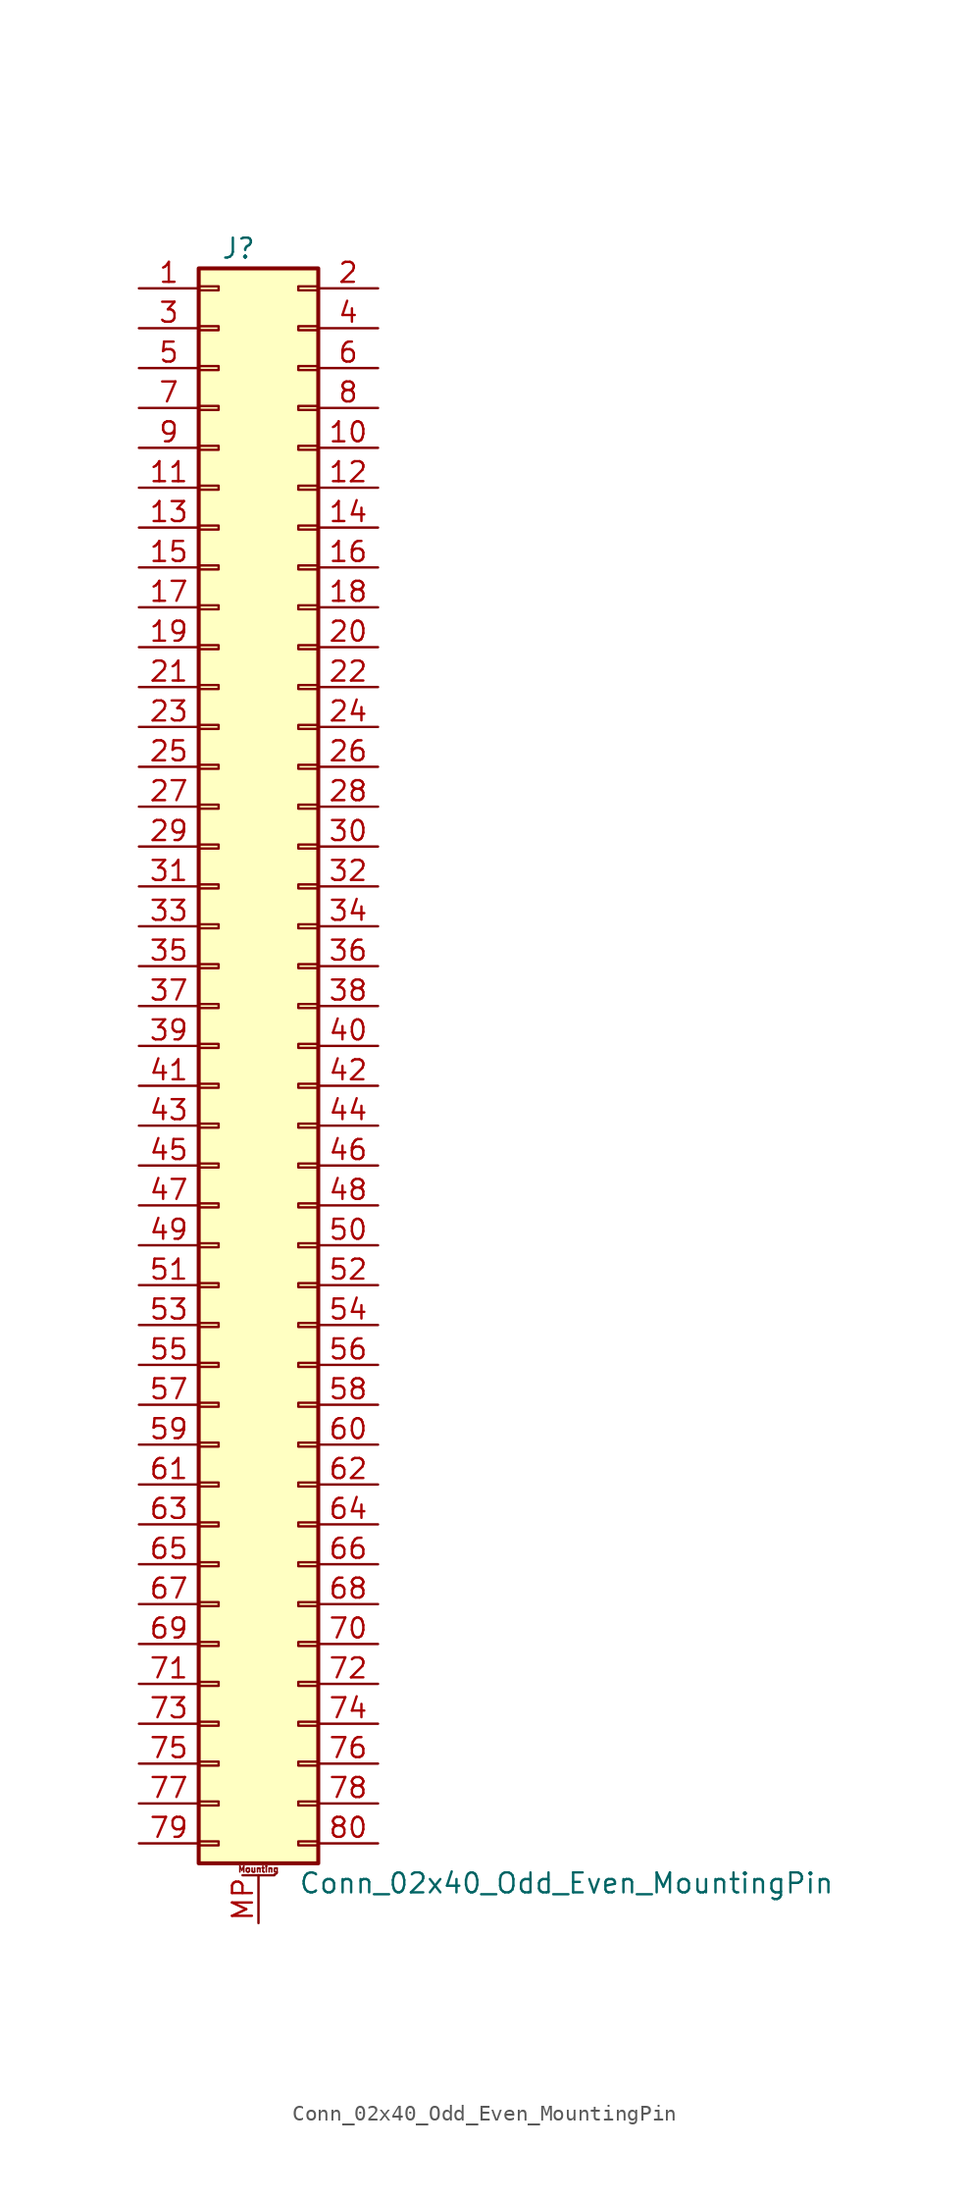
<source format=kicad_sym>
(kicad_symbol_lib
  (version 20220914)
  (generator kicad_symbol_editor)
  (symbol "Conn_02x40_Odd_Even_MountingPin"
    (pin_names
      (offset 1.016) hide)
    (property "Reference" "J"
      (at -1.27 50.8 0)
      (effects (font (size 1.27 1.27))))
    (property "Value" "Conn_02x40_Odd_Even_MountingPin"
      (at 2.54 -53.34 0)
      (effects (font (size 1.27 1.27)) (justify left)))
    (symbol "Conn_02x40_Odd_Even_MountingPin_1_1"
      (rectangle (start -3.81 -50.673) (end -2.54 -50.927) (stroke (width 0.152) (type default)) (fill (type none)))
      (rectangle (start -3.81 -48.133) (end -2.54 -48.387) (stroke (width 0.152) (type default)) (fill (type none)))
      (rectangle (start -3.81 -45.593) (end -2.54 -45.847) (stroke (width 0.152) (type default)) (fill (type none)))
      (rectangle (start -3.81 -43.053) (end -2.54 -43.307) (stroke (width 0.152) (type default)) (fill (type none)))
      (rectangle (start -3.81 -40.513) (end -2.54 -40.767) (stroke (width 0.152) (type default)) (fill (type none)))
      (rectangle (start -3.81 -37.973) (end -2.54 -38.227) (stroke (width 0.152) (type default)) (fill (type none)))
      (rectangle (start -3.81 -35.433) (end -2.54 -35.687) (stroke (width 0.152) (type default)) (fill (type none)))
      (rectangle (start -3.81 -32.893) (end -2.54 -33.147) (stroke (width 0.152) (type default)) (fill (type none)))
      (rectangle (start -3.81 -30.353) (end -2.54 -30.607) (stroke (width 0.152) (type default)) (fill (type none)))
      (rectangle (start -3.81 -27.813) (end -2.54 -28.067) (stroke (width 0.152) (type default)) (fill (type none)))
      (rectangle (start -3.81 -25.273) (end -2.54 -25.527) (stroke (width 0.152) (type default)) (fill (type none)))
      (rectangle (start -3.81 -22.733) (end -2.54 -22.987) (stroke (width 0.152) (type default)) (fill (type none)))
      (rectangle (start -3.81 -20.193) (end -2.54 -20.447) (stroke (width 0.152) (type default)) (fill (type none)))
      (rectangle (start -3.81 -17.653) (end -2.54 -17.907) (stroke (width 0.152) (type default)) (fill (type none)))
      (rectangle (start -3.81 -15.113) (end -2.54 -15.367) (stroke (width 0.152) (type default)) (fill (type none)))
      (rectangle (start -3.81 -12.573) (end -2.54 -12.827) (stroke (width 0.152) (type default)) (fill (type none)))
      (rectangle (start -3.81 -10.033) (end -2.54 -10.287) (stroke (width 0.152) (type default)) (fill (type none)))
      (rectangle (start -3.81 -7.493) (end -2.54 -7.747) (stroke (width 0.152) (type default)) (fill (type none)))
      (rectangle (start -3.81 -4.953) (end -2.54 -5.207) (stroke (width 0.152) (type default)) (fill (type none)))
      (rectangle (start -3.81 -2.413) (end -2.54 -2.667) (stroke (width 0.152) (type default)) (fill (type none)))
      (rectangle (start -3.81 0.127) (end -2.54 -0.127) (stroke (width 0.152) (type default)) (fill (type none)))
      (rectangle (start -3.81 2.667) (end -2.54 2.413) (stroke (width 0.152) (type default)) (fill (type none)))
      (rectangle (start -3.81 5.207) (end -2.54 4.953) (stroke (width 0.152) (type default)) (fill (type none)))
      (rectangle (start -3.81 7.747) (end -2.54 7.493) (stroke (width 0.152) (type default)) (fill (type none)))
      (rectangle (start -3.81 10.287) (end -2.54 10.033) (stroke (width 0.152) (type default)) (fill (type none)))
      (rectangle (start -3.81 12.827) (end -2.54 12.573) (stroke (width 0.152) (type default)) (fill (type none)))
      (rectangle (start -3.81 15.367) (end -2.54 15.113) (stroke (width 0.152) (type default)) (fill (type none)))
      (rectangle (start -3.81 17.907) (end -2.54 17.653) (stroke (width 0.152) (type default)) (fill (type none)))
      (rectangle (start -3.81 20.447) (end -2.54 20.193) (stroke (width 0.152) (type default)) (fill (type none)))
      (rectangle (start -3.81 22.987) (end -2.54 22.733) (stroke (width 0.152) (type default)) (fill (type none)))
      (rectangle (start -3.81 25.527) (end -2.54 25.273) (stroke (width 0.152) (type default)) (fill (type none)))
      (rectangle (start -3.81 28.067) (end -2.54 27.813) (stroke (width 0.152) (type default)) (fill (type none)))
      (rectangle (start -3.81 30.607) (end -2.54 30.353) (stroke (width 0.152) (type default)) (fill (type none)))
      (rectangle (start -3.81 33.147) (end -2.54 32.893) (stroke (width 0.152) (type default)) (fill (type none)))
      (rectangle (start -3.81 35.687) (end -2.54 35.433) (stroke (width 0.152) (type default)) (fill (type none)))
      (rectangle (start -3.81 38.227) (end -2.54 37.973) (stroke (width 0.152) (type default)) (fill (type none)))
      (rectangle (start -3.81 40.767) (end -2.54 40.513) (stroke (width 0.152) (type default)) (fill (type none)))
      (rectangle (start -3.81 43.307) (end -2.54 43.053) (stroke (width 0.152) (type default)) (fill (type none)))
      (rectangle (start -3.81 45.847) (end -2.54 45.593) (stroke (width 0.152) (type default)) (fill (type none)))
      (rectangle (start -3.81 48.387) (end -2.54 48.133) (stroke (width 0.152) (type default)) (fill (type none)))
      (rectangle (start -3.81 49.53) (end 3.81 -52.07) (stroke (width 0.254) (type default)) (fill (type background)))
      (polyline (pts (xy -1.016 -52.832) (xy 1.016 -52.832)) (stroke (width 0.152) (type default)) (fill (type none)))
      (rectangle (start 3.81 -50.673) (end 2.54 -50.927) (stroke (width 0.152) (type default)) (fill (type none)))
      (rectangle (start 3.81 -48.133) (end 2.54 -48.387) (stroke (width 0.152) (type default)) (fill (type none)))
      (rectangle (start 3.81 -45.593) (end 2.54 -45.847) (stroke (width 0.152) (type default)) (fill (type none)))
      (rectangle (start 3.81 -43.053) (end 2.54 -43.307) (stroke (width 0.152) (type default)) (fill (type none)))
      (rectangle (start 3.81 -40.513) (end 2.54 -40.767) (stroke (width 0.152) (type default)) (fill (type none)))
      (rectangle (start 3.81 -37.973) (end 2.54 -38.227) (stroke (width 0.152) (type default)) (fill (type none)))
      (rectangle (start 3.81 -35.433) (end 2.54 -35.687) (stroke (width 0.152) (type default)) (fill (type none)))
      (rectangle (start 3.81 -32.893) (end 2.54 -33.147) (stroke (width 0.152) (type default)) (fill (type none)))
      (rectangle (start 3.81 -30.353) (end 2.54 -30.607) (stroke (width 0.152) (type default)) (fill (type none)))
      (rectangle (start 3.81 -27.813) (end 2.54 -28.067) (stroke (width 0.152) (type default)) (fill (type none)))
      (rectangle (start 3.81 -25.273) (end 2.54 -25.527) (stroke (width 0.152) (type default)) (fill (type none)))
      (rectangle (start 3.81 -22.733) (end 2.54 -22.987) (stroke (width 0.152) (type default)) (fill (type none)))
      (rectangle (start 3.81 -20.193) (end 2.54 -20.447) (stroke (width 0.152) (type default)) (fill (type none)))
      (rectangle (start 3.81 -17.653) (end 2.54 -17.907) (stroke (width 0.152) (type default)) (fill (type none)))
      (rectangle (start 3.81 -15.113) (end 2.54 -15.367) (stroke (width 0.152) (type default)) (fill (type none)))
      (rectangle (start 3.81 -12.573) (end 2.54 -12.827) (stroke (width 0.152) (type default)) (fill (type none)))
      (rectangle (start 3.81 -10.033) (end 2.54 -10.287) (stroke (width 0.152) (type default)) (fill (type none)))
      (rectangle (start 3.81 -7.493) (end 2.54 -7.747) (stroke (width 0.152) (type default)) (fill (type none)))
      (rectangle (start 3.81 -4.953) (end 2.54 -5.207) (stroke (width 0.152) (type default)) (fill (type none)))
      (rectangle (start 3.81 -2.413) (end 2.54 -2.667) (stroke (width 0.152) (type default)) (fill (type none)))
      (rectangle (start 3.81 0.127) (end 2.54 -0.127) (stroke (width 0.152) (type default)) (fill (type none)))
      (rectangle (start 3.81 2.667) (end 2.54 2.413) (stroke (width 0.152) (type default)) (fill (type none)))
      (rectangle (start 3.81 5.207) (end 2.54 4.953) (stroke (width 0.152) (type default)) (fill (type none)))
      (rectangle (start 3.81 7.747) (end 2.54 7.493) (stroke (width 0.152) (type default)) (fill (type none)))
      (rectangle (start 3.81 10.287) (end 2.54 10.033) (stroke (width 0.152) (type default)) (fill (type none)))
      (rectangle (start 3.81 12.827) (end 2.54 12.573) (stroke (width 0.152) (type default)) (fill (type none)))
      (rectangle (start 3.81 15.367) (end 2.54 15.113) (stroke (width 0.152) (type default)) (fill (type none)))
      (rectangle (start 3.81 17.907) (end 2.54 17.653) (stroke (width 0.152) (type default)) (fill (type none)))
      (rectangle (start 3.81 20.447) (end 2.54 20.193) (stroke (width 0.152) (type default)) (fill (type none)))
      (rectangle (start 3.81 22.987) (end 2.54 22.733) (stroke (width 0.152) (type default)) (fill (type none)))
      (rectangle (start 3.81 25.527) (end 2.54 25.273) (stroke (width 0.152) (type default)) (fill (type none)))
      (rectangle (start 3.81 28.067) (end 2.54 27.813) (stroke (width 0.152) (type default)) (fill (type none)))
      (rectangle (start 3.81 30.607) (end 2.54 30.353) (stroke (width 0.152) (type default)) (fill (type none)))
      (rectangle (start 3.81 33.147) (end 2.54 32.893) (stroke (width 0.152) (type default)) (fill (type none)))
      (rectangle (start 3.81 35.687) (end 2.54 35.433) (stroke (width 0.152) (type default)) (fill (type none)))
      (rectangle (start 3.81 38.227) (end 2.54 37.973) (stroke (width 0.152) (type default)) (fill (type none)))
      (rectangle (start 3.81 40.767) (end 2.54 40.513) (stroke (width 0.152) (type default)) (fill (type none)))
      (rectangle (start 3.81 43.307) (end 2.54 43.053) (stroke (width 0.152) (type default)) (fill (type none)))
      (rectangle (start 3.81 45.847) (end 2.54 45.593) (stroke (width 0.152) (type default)) (fill (type none)))
      (rectangle (start 3.81 48.387) (end 2.54 48.133) (stroke (width 0.152) (type default)) (fill (type none)))
      (text "Mounting" (at 0 -52.451 0) (effects (font (size 0.381 0.381))))
      (pin passive line (at -7.62 48.26 0) (length 3.81) (name "Pin_1" (effects (font (size 1.27 1.27)))) (number "1" (effects (font (size 1.27 1.27)))))
      (pin passive line (at 7.62 38.1 180) (length 3.81) (name "Pin_10" (effects (font (size 1.27 1.27)))) (number "10" (effects (font (size 1.27 1.27)))))
      (pin passive line (at -7.62 35.56 0) (length 3.81) (name "Pin_11" (effects (font (size 1.27 1.27)))) (number "11" (effects (font (size 1.27 1.27)))))
      (pin passive line (at 7.62 35.56 180) (length 3.81) (name "Pin_12" (effects (font (size 1.27 1.27)))) (number "12" (effects (font (size 1.27 1.27)))))
      (pin passive line (at -7.62 33.02 0) (length 3.81) (name "Pin_13" (effects (font (size 1.27 1.27)))) (number "13" (effects (font (size 1.27 1.27)))))
      (pin passive line (at 7.62 33.02 180) (length 3.81) (name "Pin_14" (effects (font (size 1.27 1.27)))) (number "14" (effects (font (size 1.27 1.27)))))
      (pin passive line (at -7.62 30.48 0) (length 3.81) (name "Pin_15" (effects (font (size 1.27 1.27)))) (number "15" (effects (font (size 1.27 1.27)))))
      (pin passive line (at 7.62 30.48 180) (length 3.81) (name "Pin_16" (effects (font (size 1.27 1.27)))) (number "16" (effects (font (size 1.27 1.27)))))
      (pin passive line (at -7.62 27.94 0) (length 3.81) (name "Pin_17" (effects (font (size 1.27 1.27)))) (number "17" (effects (font (size 1.27 1.27)))))
      (pin passive line (at 7.62 27.94 180) (length 3.81) (name "Pin_18" (effects (font (size 1.27 1.27)))) (number "18" (effects (font (size 1.27 1.27)))))
      (pin passive line (at -7.62 25.4 0) (length 3.81) (name "Pin_19" (effects (font (size 1.27 1.27)))) (number "19" (effects (font (size 1.27 1.27)))))
      (pin passive line (at 7.62 48.26 180) (length 3.81) (name "Pin_2" (effects (font (size 1.27 1.27)))) (number "2" (effects (font (size 1.27 1.27)))))
      (pin passive line (at 7.62 25.4 180) (length 3.81) (name "Pin_20" (effects (font (size 1.27 1.27)))) (number "20" (effects (font (size 1.27 1.27)))))
      (pin passive line (at -7.62 22.86 0) (length 3.81) (name "Pin_21" (effects (font (size 1.27 1.27)))) (number "21" (effects (font (size 1.27 1.27)))))
      (pin passive line (at 7.62 22.86 180) (length 3.81) (name "Pin_22" (effects (font (size 1.27 1.27)))) (number "22" (effects (font (size 1.27 1.27)))))
      (pin passive line (at -7.62 20.32 0) (length 3.81) (name "Pin_23" (effects (font (size 1.27 1.27)))) (number "23" (effects (font (size 1.27 1.27)))))
      (pin passive line (at 7.62 20.32 180) (length 3.81) (name "Pin_24" (effects (font (size 1.27 1.27)))) (number "24" (effects (font (size 1.27 1.27)))))
      (pin passive line (at -7.62 17.78 0) (length 3.81) (name "Pin_25" (effects (font (size 1.27 1.27)))) (number "25" (effects (font (size 1.27 1.27)))))
      (pin passive line (at 7.62 17.78 180) (length 3.81) (name "Pin_26" (effects (font (size 1.27 1.27)))) (number "26" (effects (font (size 1.27 1.27)))))
      (pin passive line (at -7.62 15.24 0) (length 3.81) (name "Pin_27" (effects (font (size 1.27 1.27)))) (number "27" (effects (font (size 1.27 1.27)))))
      (pin passive line (at 7.62 15.24 180) (length 3.81) (name "Pin_28" (effects (font (size 1.27 1.27)))) (number "28" (effects (font (size 1.27 1.27)))))
      (pin passive line (at -7.62 12.7 0) (length 3.81) (name "Pin_29" (effects (font (size 1.27 1.27)))) (number "29" (effects (font (size 1.27 1.27)))))
      (pin passive line (at -7.62 45.72 0) (length 3.81) (name "Pin_3" (effects (font (size 1.27 1.27)))) (number "3" (effects (font (size 1.27 1.27)))))
      (pin passive line (at 7.62 12.7 180) (length 3.81) (name "Pin_30" (effects (font (size 1.27 1.27)))) (number "30" (effects (font (size 1.27 1.27)))))
      (pin passive line (at -7.62 10.16 0) (length 3.81) (name "Pin_31" (effects (font (size 1.27 1.27)))) (number "31" (effects (font (size 1.27 1.27)))))
      (pin passive line (at 7.62 10.16 180) (length 3.81) (name "Pin_32" (effects (font (size 1.27 1.27)))) (number "32" (effects (font (size 1.27 1.27)))))
      (pin passive line (at -7.62 7.62 0) (length 3.81) (name "Pin_33" (effects (font (size 1.27 1.27)))) (number "33" (effects (font (size 1.27 1.27)))))
      (pin passive line (at 7.62 7.62 180) (length 3.81) (name "Pin_34" (effects (font (size 1.27 1.27)))) (number "34" (effects (font (size 1.27 1.27)))))
      (pin passive line (at -7.62 5.08 0) (length 3.81) (name "Pin_35" (effects (font (size 1.27 1.27)))) (number "35" (effects (font (size 1.27 1.27)))))
      (pin passive line (at 7.62 5.08 180) (length 3.81) (name "Pin_36" (effects (font (size 1.27 1.27)))) (number "36" (effects (font (size 1.27 1.27)))))
      (pin passive line (at -7.62 2.54 0) (length 3.81) (name "Pin_37" (effects (font (size 1.27 1.27)))) (number "37" (effects (font (size 1.27 1.27)))))
      (pin passive line (at 7.62 2.54 180) (length 3.81) (name "Pin_38" (effects (font (size 1.27 1.27)))) (number "38" (effects (font (size 1.27 1.27)))))
      (pin passive line (at -7.62 0 0) (length 3.81) (name "Pin_39" (effects (font (size 1.27 1.27)))) (number "39" (effects (font (size 1.27 1.27)))))
      (pin passive line (at 7.62 45.72 180) (length 3.81) (name "Pin_4" (effects (font (size 1.27 1.27)))) (number "4" (effects (font (size 1.27 1.27)))))
      (pin passive line (at 7.62 0 180) (length 3.81) (name "Pin_40" (effects (font (size 1.27 1.27)))) (number "40" (effects (font (size 1.27 1.27)))))
      (pin passive line (at -7.62 -2.54 0) (length 3.81) (name "Pin_41" (effects (font (size 1.27 1.27)))) (number "41" (effects (font (size 1.27 1.27)))))
      (pin passive line (at 7.62 -2.54 180) (length 3.81) (name "Pin_42" (effects (font (size 1.27 1.27)))) (number "42" (effects (font (size 1.27 1.27)))))
      (pin passive line (at -7.62 -5.08 0) (length 3.81) (name "Pin_43" (effects (font (size 1.27 1.27)))) (number "43" (effects (font (size 1.27 1.27)))))
      (pin passive line (at 7.62 -5.08 180) (length 3.81) (name "Pin_44" (effects (font (size 1.27 1.27)))) (number "44" (effects (font (size 1.27 1.27)))))
      (pin passive line (at -7.62 -7.62 0) (length 3.81) (name "Pin_45" (effects (font (size 1.27 1.27)))) (number "45" (effects (font (size 1.27 1.27)))))
      (pin passive line (at 7.62 -7.62 180) (length 3.81) (name "Pin_46" (effects (font (size 1.27 1.27)))) (number "46" (effects (font (size 1.27 1.27)))))
      (pin passive line (at -7.62 -10.16 0) (length 3.81) (name "Pin_47" (effects (font (size 1.27 1.27)))) (number "47" (effects (font (size 1.27 1.27)))))
      (pin passive line (at 7.62 -10.16 180) (length 3.81) (name "Pin_48" (effects (font (size 1.27 1.27)))) (number "48" (effects (font (size 1.27 1.27)))))
      (pin passive line (at -7.62 -12.7 0) (length 3.81) (name "Pin_49" (effects (font (size 1.27 1.27)))) (number "49" (effects (font (size 1.27 1.27)))))
      (pin passive line (at -7.62 43.18 0) (length 3.81) (name "Pin_5" (effects (font (size 1.27 1.27)))) (number "5" (effects (font (size 1.27 1.27)))))
      (pin passive line (at 7.62 -12.7 180) (length 3.81) (name "Pin_50" (effects (font (size 1.27 1.27)))) (number "50" (effects (font (size 1.27 1.27)))))
      (pin passive line (at -7.62 -15.24 0) (length 3.81) (name "Pin_51" (effects (font (size 1.27 1.27)))) (number "51" (effects (font (size 1.27 1.27)))))
      (pin passive line (at 7.62 -15.24 180) (length 3.81) (name "Pin_52" (effects (font (size 1.27 1.27)))) (number "52" (effects (font (size 1.27 1.27)))))
      (pin passive line (at -7.62 -17.78 0) (length 3.81) (name "Pin_53" (effects (font (size 1.27 1.27)))) (number "53" (effects (font (size 1.27 1.27)))))
      (pin passive line (at 7.62 -17.78 180) (length 3.81) (name "Pin_54" (effects (font (size 1.27 1.27)))) (number "54" (effects (font (size 1.27 1.27)))))
      (pin passive line (at -7.62 -20.32 0) (length 3.81) (name "Pin_55" (effects (font (size 1.27 1.27)))) (number "55" (effects (font (size 1.27 1.27)))))
      (pin passive line (at 7.62 -20.32 180) (length 3.81) (name "Pin_56" (effects (font (size 1.27 1.27)))) (number "56" (effects (font (size 1.27 1.27)))))
      (pin passive line (at -7.62 -22.86 0) (length 3.81) (name "Pin_57" (effects (font (size 1.27 1.27)))) (number "57" (effects (font (size 1.27 1.27)))))
      (pin passive line (at 7.62 -22.86 180) (length 3.81) (name "Pin_58" (effects (font (size 1.27 1.27)))) (number "58" (effects (font (size 1.27 1.27)))))
      (pin passive line (at -7.62 -25.4 0) (length 3.81) (name "Pin_59" (effects (font (size 1.27 1.27)))) (number "59" (effects (font (size 1.27 1.27)))))
      (pin passive line (at 7.62 43.18 180) (length 3.81) (name "Pin_6" (effects (font (size 1.27 1.27)))) (number "6" (effects (font (size 1.27 1.27)))))
      (pin passive line (at 7.62 -25.4 180) (length 3.81) (name "Pin_60" (effects (font (size 1.27 1.27)))) (number "60" (effects (font (size 1.27 1.27)))))
      (pin passive line (at -7.62 -27.94 0) (length 3.81) (name "Pin_61" (effects (font (size 1.27 1.27)))) (number "61" (effects (font (size 1.27 1.27)))))
      (pin passive line (at 7.62 -27.94 180) (length 3.81) (name "Pin_62" (effects (font (size 1.27 1.27)))) (number "62" (effects (font (size 1.27 1.27)))))
      (pin passive line (at -7.62 -30.48 0) (length 3.81) (name "Pin_63" (effects (font (size 1.27 1.27)))) (number "63" (effects (font (size 1.27 1.27)))))
      (pin passive line (at 7.62 -30.48 180) (length 3.81) (name "Pin_64" (effects (font (size 1.27 1.27)))) (number "64" (effects (font (size 1.27 1.27)))))
      (pin passive line (at -7.62 -33.02 0) (length 3.81) (name "Pin_65" (effects (font (size 1.27 1.27)))) (number "65" (effects (font (size 1.27 1.27)))))
      (pin passive line (at 7.62 -33.02 180) (length 3.81) (name "Pin_66" (effects (font (size 1.27 1.27)))) (number "66" (effects (font (size 1.27 1.27)))))
      (pin passive line (at -7.62 -35.56 0) (length 3.81) (name "Pin_67" (effects (font (size 1.27 1.27)))) (number "67" (effects (font (size 1.27 1.27)))))
      (pin passive line (at 7.62 -35.56 180) (length 3.81) (name "Pin_68" (effects (font (size 1.27 1.27)))) (number "68" (effects (font (size 1.27 1.27)))))
      (pin passive line (at -7.62 -38.1 0) (length 3.81) (name "Pin_69" (effects (font (size 1.27 1.27)))) (number "69" (effects (font (size 1.27 1.27)))))
      (pin passive line (at -7.62 40.64 0) (length 3.81) (name "Pin_7" (effects (font (size 1.27 1.27)))) (number "7" (effects (font (size 1.27 1.27)))))
      (pin passive line (at 7.62 -38.1 180) (length 3.81) (name "Pin_70" (effects (font (size 1.27 1.27)))) (number "70" (effects (font (size 1.27 1.27)))))
      (pin passive line (at -7.62 -40.64 0) (length 3.81) (name "Pin_71" (effects (font (size 1.27 1.27)))) (number "71" (effects (font (size 1.27 1.27)))))
      (pin passive line (at 7.62 -40.64 180) (length 3.81) (name "Pin_72" (effects (font (size 1.27 1.27)))) (number "72" (effects (font (size 1.27 1.27)))))
      (pin passive line (at -7.62 -43.18 0) (length 3.81) (name "Pin_73" (effects (font (size 1.27 1.27)))) (number "73" (effects (font (size 1.27 1.27)))))
      (pin passive line (at 7.62 -43.18 180) (length 3.81) (name "Pin_74" (effects (font (size 1.27 1.27)))) (number "74" (effects (font (size 1.27 1.27)))))
      (pin passive line (at -7.62 -45.72 0) (length 3.81) (name "Pin_75" (effects (font (size 1.27 1.27)))) (number "75" (effects (font (size 1.27 1.27)))))
      (pin passive line (at 7.62 -45.72 180) (length 3.81) (name "Pin_76" (effects (font (size 1.27 1.27)))) (number "76" (effects (font (size 1.27 1.27)))))
      (pin passive line (at -7.62 -48.26 0) (length 3.81) (name "Pin_77" (effects (font (size 1.27 1.27)))) (number "77" (effects (font (size 1.27 1.27)))))
      (pin passive line (at 7.62 -48.26 180) (length 3.81) (name "Pin_78" (effects (font (size 1.27 1.27)))) (number "78" (effects (font (size 1.27 1.27)))))
      (pin passive line (at -7.62 -50.8 0) (length 3.81) (name "Pin_79" (effects (font (size 1.27 1.27)))) (number "79" (effects (font (size 1.27 1.27)))))
      (pin passive line (at 7.62 40.64 180) (length 3.81) (name "Pin_8" (effects (font (size 1.27 1.27)))) (number "8" (effects (font (size 1.27 1.27)))))
      (pin passive line (at 7.62 -50.8 180) (length 3.81) (name "Pin_80" (effects (font (size 1.27 1.27)))) (number "80" (effects (font (size 1.27 1.27)))))
      (pin passive line (at -7.62 38.1 0) (length 3.81) (name "Pin_9" (effects (font (size 1.27 1.27)))) (number "9" (effects (font (size 1.27 1.27)))))
      (pin passive line (at 0 -55.88 90) (length 3.048) (name "MountPin" (effects (font (size 1.27 1.27)))) (number "MP" (effects (font (size 1.27 1.27))))))))
</source>
